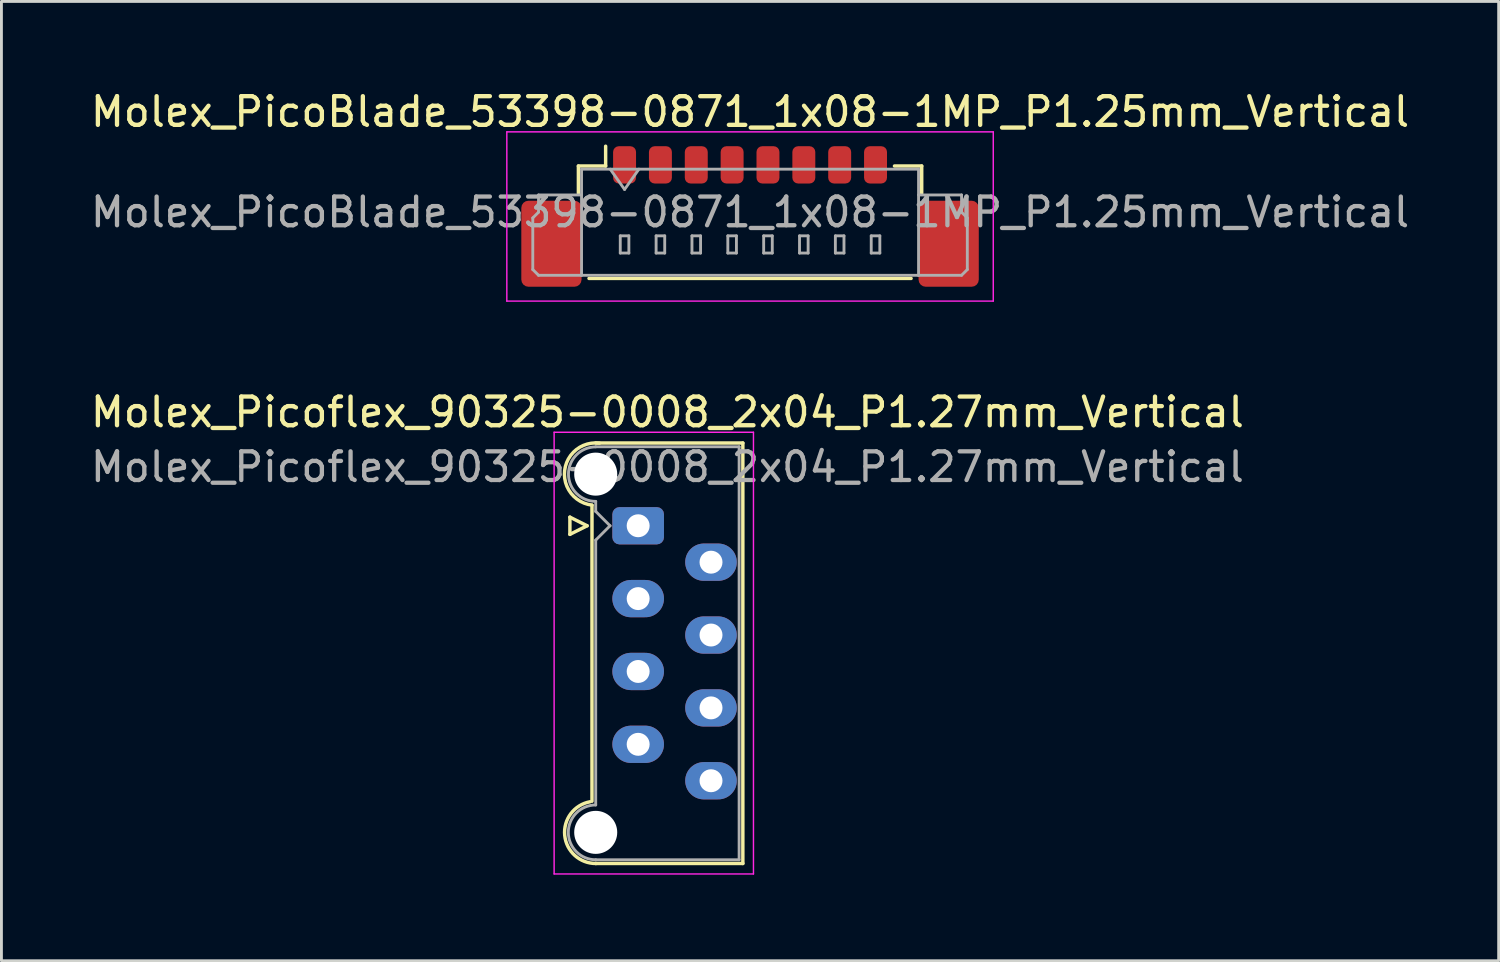
<source format=kicad_pcb>
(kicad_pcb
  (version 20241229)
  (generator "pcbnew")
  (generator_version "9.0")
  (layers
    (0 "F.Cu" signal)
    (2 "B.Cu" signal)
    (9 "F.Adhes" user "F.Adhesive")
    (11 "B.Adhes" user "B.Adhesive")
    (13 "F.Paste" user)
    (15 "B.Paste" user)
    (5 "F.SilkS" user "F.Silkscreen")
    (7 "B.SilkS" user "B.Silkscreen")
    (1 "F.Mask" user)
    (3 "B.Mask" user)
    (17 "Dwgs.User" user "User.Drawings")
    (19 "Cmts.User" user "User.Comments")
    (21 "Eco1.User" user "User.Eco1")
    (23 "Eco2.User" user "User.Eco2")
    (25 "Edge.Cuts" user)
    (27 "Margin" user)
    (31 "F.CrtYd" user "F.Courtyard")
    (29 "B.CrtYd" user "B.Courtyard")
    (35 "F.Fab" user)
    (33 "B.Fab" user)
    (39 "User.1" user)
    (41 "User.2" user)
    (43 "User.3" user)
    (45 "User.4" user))
  (footprint "Molex_PicoBlade_53398-0871_1x08-1MP_P1.25mm_Vertical"
    (layer "F.Cu")
    (at 23.101 3.948)
    (property "Reference" "Molex_PicoBlade_53398-0871_1x08-1MP_P1.25mm_Vertical" (at 0 -3.1 0) (layer "F.SilkS") (effects (font (size 1 1) (thickness 0.15))))
    (attr smd)
    (fp_line (start -5.985 -1.21) (end -5.035 -1.21) (stroke (width 0.12) (type solid)) (layer "F.SilkS"))
    (fp_line (start -5.985 -0.26) (end -5.985 -1.21) (stroke (width 0.12) (type solid)) (layer "F.SilkS"))
    (fp_line (start -5.615 2.71) (end 5.615 2.71) (stroke (width 0.12) (type solid)) (layer "F.SilkS"))
    (fp_line (start -5.035 -1.21) (end -5.035 -1.9) (stroke (width 0.12) (type solid)) (layer "F.SilkS"))
    (fp_line (start 5.985 -1.21) (end 5.035 -1.21) (stroke (width 0.12) (type solid)) (layer "F.SilkS"))
    (fp_line (start 5.985 -0.26) (end 5.985 -1.21) (stroke (width 0.12) (type solid)) (layer "F.SilkS"))
    (fp_line (start -8.48 -2.4) (end -8.48 3.5) (stroke (width 0.05) (type solid)) (layer "F.CrtYd"))
    (fp_line (start -8.48 3.5) (end 8.48 3.5) (stroke (width 0.05) (type solid)) (layer "F.CrtYd"))
    (fp_line (start 8.48 -2.4) (end -8.48 -2.4) (stroke (width 0.05) (type solid)) (layer "F.CrtYd"))
    (fp_line (start 8.48 3.5) (end 8.48 -2.4) (stroke (width 0.05) (type solid)) (layer "F.CrtYd"))
    (fp_line (start -7.575 0.6) (end -7.375 0.4) (stroke (width 0.1) (type solid)) (layer "F.Fab"))
    (fp_line (start -7.575 2.4) (end -7.575 0.6) (stroke (width 0.1) (type solid)) (layer "F.Fab"))
    (fp_line (start -7.375 -0.2) (end -5.875 -0.2) (stroke (width 0.1) (type solid)) (layer "F.Fab"))
    (fp_line (start -7.375 0.4) (end -7.375 -0.2) (stroke (width 0.1) (type solid)) (layer "F.Fab"))
    (fp_line (start -7.375 2.6) (end -7.575 2.4) (stroke (width 0.1) (type solid)) (layer "F.Fab"))
    (fp_line (start -5.875 -1.1) (end -5.875 2.6) (stroke (width 0.1) (type solid)) (layer "F.Fab"))
    (fp_line (start -5.875 -1.1) (end 5.875 -1.1) (stroke (width 0.1) (type solid)) (layer "F.Fab"))
    (fp_line (start -5.875 2.6) (end -7.375 2.6) (stroke (width 0.1) (type solid)) (layer "F.Fab"))
    (fp_line (start -5.875 2.6) (end 5.875 2.6) (stroke (width 0.1) (type solid)) (layer "F.Fab"))
    (fp_line (start -4.875 -1.1) (end -4.375 -0.393) (stroke (width 0.1) (type solid)) (layer "F.Fab"))
    (fp_line (start -4.525 1.225) (end -4.525 1.825) (stroke (width 0.1) (type solid)) (layer "F.Fab"))
    (fp_line (start -4.525 1.825) (end -4.225 1.825) (stroke (width 0.1) (type solid)) (layer "F.Fab"))
    (fp_line (start -4.375 -0.393) (end -3.875 -1.1) (stroke (width 0.1) (type solid)) (layer "F.Fab"))
    (fp_line (start -4.225 1.225) (end -4.525 1.225) (stroke (width 0.1) (type solid)) (layer "F.Fab"))
    (fp_line (start -4.225 1.825) (end -4.225 1.225) (stroke (width 0.1) (type solid)) (layer "F.Fab"))
    (fp_line (start -3.275 1.225) (end -3.275 1.825) (stroke (width 0.1) (type solid)) (layer "F.Fab"))
    (fp_line (start -3.275 1.825) (end -2.975 1.825) (stroke (width 0.1) (type solid)) (layer "F.Fab"))
    (fp_line (start -2.975 1.225) (end -3.275 1.225) (stroke (width 0.1) (type solid)) (layer "F.Fab"))
    (fp_line (start -2.975 1.825) (end -2.975 1.225) (stroke (width 0.1) (type solid)) (layer "F.Fab"))
    (fp_line (start -2.025 1.225) (end -2.025 1.825) (stroke (width 0.1) (type solid)) (layer "F.Fab"))
    (fp_line (start -2.025 1.825) (end -1.725 1.825) (stroke (width 0.1) (type solid)) (layer "F.Fab"))
    (fp_line (start -1.725 1.225) (end -2.025 1.225) (stroke (width 0.1) (type solid)) (layer "F.Fab"))
    (fp_line (start -1.725 1.825) (end -1.725 1.225) (stroke (width 0.1) (type solid)) (layer "F.Fab"))
    (fp_line (start -0.775 1.225) (end -0.775 1.825) (stroke (width 0.1) (type solid)) (layer "F.Fab"))
    (fp_line (start -0.775 1.825) (end -0.475 1.825) (stroke (width 0.1) (type solid)) (layer "F.Fab"))
    (fp_line (start -0.475 1.225) (end -0.775 1.225) (stroke (width 0.1) (type solid)) (layer "F.Fab"))
    (fp_line (start -0.475 1.825) (end -0.475 1.225) (stroke (width 0.1) (type solid)) (layer "F.Fab"))
    (fp_line (start 0.475 1.225) (end 0.475 1.825) (stroke (width 0.1) (type solid)) (layer "F.Fab"))
    (fp_line (start 0.475 1.825) (end 0.775 1.825) (stroke (width 0.1) (type solid)) (layer "F.Fab"))
    (fp_line (start 0.775 1.225) (end 0.475 1.225) (stroke (width 0.1) (type solid)) (layer "F.Fab"))
    (fp_line (start 0.775 1.825) (end 0.775 1.225) (stroke (width 0.1) (type solid)) (layer "F.Fab"))
    (fp_line (start 1.725 1.225) (end 1.725 1.825) (stroke (width 0.1) (type solid)) (layer "F.Fab"))
    (fp_line (start 1.725 1.825) (end 2.025 1.825) (stroke (width 0.1) (type solid)) (layer "F.Fab"))
    (fp_line (start 2.025 1.225) (end 1.725 1.225) (stroke (width 0.1) (type solid)) (layer "F.Fab"))
    (fp_line (start 2.025 1.825) (end 2.025 1.225) (stroke (width 0.1) (type solid)) (layer "F.Fab"))
    (fp_line (start 2.975 1.225) (end 2.975 1.825) (stroke (width 0.1) (type solid)) (layer "F.Fab"))
    (fp_line (start 2.975 1.825) (end 3.275 1.825) (stroke (width 0.1) (type solid)) (layer "F.Fab"))
    (fp_line (start 3.275 1.225) (end 2.975 1.225) (stroke (width 0.1) (type solid)) (layer "F.Fab"))
    (fp_line (start 3.275 1.825) (end 3.275 1.225) (stroke (width 0.1) (type solid)) (layer "F.Fab"))
    (fp_line (start 4.225 1.225) (end 4.225 1.825) (stroke (width 0.1) (type solid)) (layer "F.Fab"))
    (fp_line (start 4.225 1.825) (end 4.525 1.825) (stroke (width 0.1) (type solid)) (layer "F.Fab"))
    (fp_line (start 4.525 1.225) (end 4.225 1.225) (stroke (width 0.1) (type solid)) (layer "F.Fab"))
    (fp_line (start 4.525 1.825) (end 4.525 1.225) (stroke (width 0.1) (type solid)) (layer "F.Fab"))
    (fp_line (start 5.875 -1.1) (end 5.875 2.6) (stroke (width 0.1) (type solid)) (layer "F.Fab"))
    (fp_line (start 5.875 2.6) (end 7.375 2.6) (stroke (width 0.1) (type solid)) (layer "F.Fab"))
    (fp_line (start 7.375 -0.2) (end 5.875 -0.2) (stroke (width 0.1) (type solid)) (layer "F.Fab"))
    (fp_line (start 7.375 0.4) (end 7.375 -0.2) (stroke (width 0.1) (type solid)) (layer "F.Fab"))
    (fp_line (start 7.375 2.6) (end 7.575 2.4) (stroke (width 0.1) (type solid)) (layer "F.Fab"))
    (fp_line (start 7.575 0.6) (end 7.375 0.4) (stroke (width 0.1) (type solid)) (layer "F.Fab"))
    (fp_line (start 7.575 2.4) (end 7.575 0.6) (stroke (width 0.1) (type solid)) (layer "F.Fab"))
    (fp_text user "${REFERENCE}" (at 0 0.4 0) (layer "F.Fab") (effects (font (size 1 1) (thickness 0.15))))
    (pad "1" smd roundrect (at -4.375 -1.25) (size 0.8 1.3) (layers "F.Cu" "F.Mask" "F.Paste") (roundrect_rratio 0.25))
    (pad "2" smd roundrect (at -3.125 -1.25) (size 0.8 1.3) (layers "F.Cu" "F.Mask" "F.Paste") (roundrect_rratio 0.25))
    (pad "3" smd roundrect (at -1.875 -1.25) (size 0.8 1.3) (layers "F.Cu" "F.Mask" "F.Paste") (roundrect_rratio 0.25))
    (pad "4" smd roundrect (at -0.625 -1.25) (size 0.8 1.3) (layers "F.Cu" "F.Mask" "F.Paste") (roundrect_rratio 0.25))
    (pad "5" smd roundrect (at 0.625 -1.25) (size 0.8 1.3) (layers "F.Cu" "F.Mask" "F.Paste") (roundrect_rratio 0.25))
    (pad "6" smd roundrect (at 1.875 -1.25) (size 0.8 1.3) (layers "F.Cu" "F.Mask" "F.Paste") (roundrect_rratio 0.25))
    (pad "7" smd roundrect (at 3.125 -1.25) (size 0.8 1.3) (layers "F.Cu" "F.Mask" "F.Paste") (roundrect_rratio 0.25))
    (pad "8" smd roundrect (at 4.375 -1.25) (size 0.8 1.3) (layers "F.Cu" "F.Mask" "F.Paste") (roundrect_rratio 0.25))
    (pad "MP" smd roundrect (at -6.925 1.5) (size 2.1 3) (layers "F.Cu" "F.Mask" "F.Paste") (roundrect_rratio 0.119))
    (pad "MP" smd roundrect (at 6.925 1.5) (size 2.1 3) (layers "F.Cu" "F.Mask" "F.Paste") (roundrect_rratio 0.119)))
  (footprint "Molex_Picoflex_90325-0008_2x04_P1.27mm_Vertical"
    (layer "F.Cu")
    (at 19.2 15.281)
    (property "Reference" "Molex_Picoflex_90325-0008_2x04_P1.27mm_Vertical" (at 1.02 -3.96 0) (layer "F.SilkS") (effects (font (size 1 1) (thickness 0.15))))
    (attr through_hole)
    (fp_line (start -2.38 -0.3) (end -2.38 0.3) (stroke (width 0.12) (type solid)) (layer "F.SilkS"))
    (fp_line (start -2.38 0.3) (end -1.78 0) (stroke (width 0.12) (type solid)) (layer "F.SilkS"))
    (fp_line (start -1.78 0) (end -2.38 -0.3) (stroke (width 0.12) (type solid)) (layer "F.SilkS"))
    (fp_line (start -1.61 -0.715) (end -1.61 9.605) (stroke (width 0.12) (type solid)) (layer "F.SilkS"))
    (fp_line (start -1.48 -2.885) (end 3.65 -2.885) (stroke (width 0.12) (type solid)) (layer "F.SilkS"))
    (fp_line (start 3.65 -2.885) (end 3.65 11.775) (stroke (width 0.12) (type solid)) (layer "F.SilkS"))
    (fp_line (start 3.65 11.775) (end -1.48 11.775) (stroke (width 0.12) (type solid)) (layer "F.SilkS"))
    (fp_arc (start -1.61 -0.72) (mid -2.56 -1.93) (end -1.35 -2.88) (stroke (width 0.12) (type solid)) (layer "F.SilkS"))
    (fp_arc (start -1.47 11.775) (mid -2.56 10.794526) (end -1.678256 9.62322) (stroke (width 0.12) (type solid)) (layer "F.SilkS"))
    (fp_line (start -2.93 -3.26) (end -2.93 12.14) (stroke (width 0.05) (type solid)) (layer "F.CrtYd"))
    (fp_line (start -2.93 12.14) (end 4.02 12.14) (stroke (width 0.05) (type solid)) (layer "F.CrtYd"))
    (fp_line (start 4.02 -3.26) (end -2.93 -3.26) (stroke (width 0.05) (type solid)) (layer "F.CrtYd"))
    (fp_line (start 4.02 12.14) (end 4.02 -3.26) (stroke (width 0.05) (type solid)) (layer "F.CrtYd"))
    (fp_line (start -1.48 -2.755) (end 3.52 -2.755) (stroke (width 0.1) (type solid)) (layer "F.Fab"))
    (fp_line (start -1.48 -0.845) (end -1.48 -0.5) (stroke (width 0.1) (type solid)) (layer "F.Fab"))
    (fp_line (start -1.48 -0.5) (end -0.98 0) (stroke (width 0.1) (type solid)) (layer "F.Fab"))
    (fp_line (start -1.48 0.5) (end -1.48 9.735) (stroke (width 0.1) (type solid)) (layer "F.Fab"))
    (fp_line (start -0.98 0) (end -1.48 0.5) (stroke (width 0.1) (type solid)) (layer "F.Fab"))
    (fp_line (start 3.52 -2.755) (end 3.52 11.645) (stroke (width 0.1) (type solid)) (layer "F.Fab"))
    (fp_line (start 3.52 11.645) (end -1.48 11.645) (stroke (width 0.1) (type solid)) (layer "F.Fab"))
    (fp_arc (start -1.48 -0.85) (mid -2.43 -1.8) (end -1.48 -2.75) (stroke (width 0.1) (type solid)) (layer "F.Fab"))
    (fp_arc (start -1.48 11.645) (mid -2.435 10.69) (end -1.48 9.735) (stroke (width 0.1) (type solid)) (layer "F.Fab"))
    (fp_text user "${REFERENCE}" (at 1.02 -2.05 0) (layer "F.Fab") (effects (font (size 1 1) (thickness 0.15))))
    (pad "" np_thru_hole circle (at -1.48 -1.8) (size 1.5 1.5) (drill 1.5) (layers "*.Cu" "*.Mask"))
    (pad "" np_thru_hole circle (at -1.48 10.69) (size 1.5 1.5) (drill 1.5) (layers "*.Cu" "*.Mask"))
    (pad "1" thru_hole roundrect (at 0 0) (size 1.8 1.3) (drill 0.8) (layers "*.Cu" "*.Mask") (roundrect_rratio 0.192))
    (pad "2" thru_hole oval (at 2.54 1.27) (size 1.8 1.3) (drill 0.8) (layers "*.Cu" "*.Mask"))
    (pad "3" thru_hole oval (at 0 2.54) (size 1.8 1.3) (drill 0.8) (layers "*.Cu" "*.Mask"))
    (pad "4" thru_hole oval (at 2.54 3.81) (size 1.8 1.3) (drill 0.8) (layers "*.Cu" "*.Mask"))
    (pad "5" thru_hole oval (at 0 5.08) (size 1.8 1.3) (drill 0.8) (layers "*.Cu" "*.Mask"))
    (pad "6" thru_hole oval (at 2.54 6.35) (size 1.8 1.3) (drill 0.8) (layers "*.Cu" "*.Mask"))
    (pad "7" thru_hole oval (at 0 7.62) (size 1.8 1.3) (drill 0.8) (layers "*.Cu" "*.Mask"))
    (pad "8" thru_hole oval (at 2.54 8.89) (size 1.8 1.3) (drill 0.8) (layers "*.Cu" "*.Mask")))
  (gr_rect
    (start -3 -3)
    (end 49.202 30.447)
    (stroke (width 0.1) (type default))
    (fill no)
    (layer "Edge.Cuts")))
</source>
